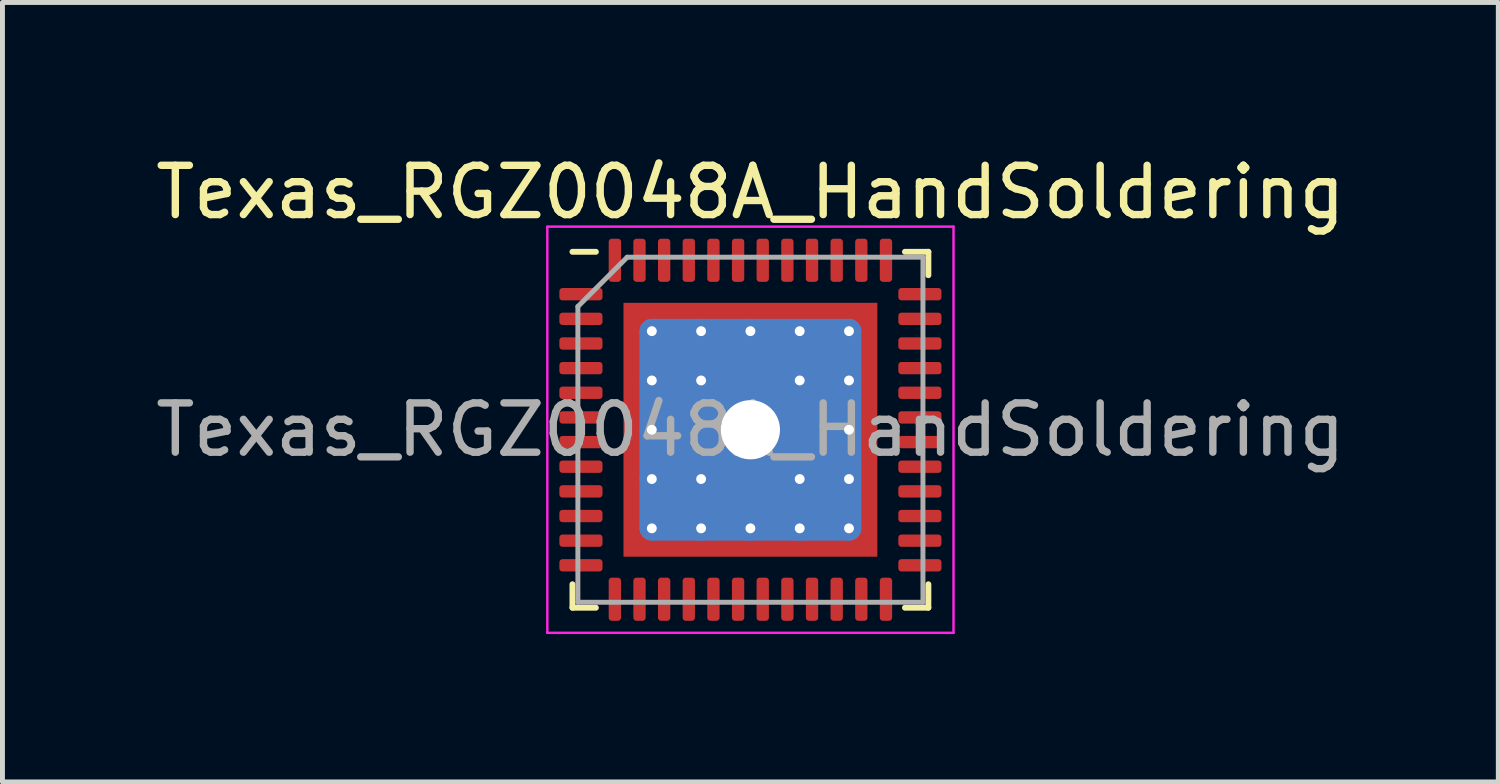
<source format=kicad_pcb>
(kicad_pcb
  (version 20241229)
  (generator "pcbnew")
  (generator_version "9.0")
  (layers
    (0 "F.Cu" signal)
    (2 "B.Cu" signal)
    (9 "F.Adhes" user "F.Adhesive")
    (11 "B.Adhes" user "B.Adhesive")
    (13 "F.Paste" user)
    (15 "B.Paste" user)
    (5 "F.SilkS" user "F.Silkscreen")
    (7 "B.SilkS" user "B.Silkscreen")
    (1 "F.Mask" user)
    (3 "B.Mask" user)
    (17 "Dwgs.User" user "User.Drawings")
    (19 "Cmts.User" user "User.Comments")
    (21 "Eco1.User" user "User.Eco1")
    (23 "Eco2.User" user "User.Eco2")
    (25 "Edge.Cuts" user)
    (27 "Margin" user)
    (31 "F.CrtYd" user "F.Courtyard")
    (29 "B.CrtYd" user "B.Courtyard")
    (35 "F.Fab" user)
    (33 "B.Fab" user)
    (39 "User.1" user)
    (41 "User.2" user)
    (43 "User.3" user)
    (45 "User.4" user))
  (footprint "Texas_RGZ0048A_HandSoldering"
    (layer "F.Cu")
    (at 12.173 5.668)
    (property "Reference" "Texas_RGZ0048A_HandSoldering" (at 0 -4.82 0) (layer "F.SilkS") (effects (font (size 1 1) (thickness 0.15))))
    (attr smd)
    (fp_line (start -3.61 3.61) (end -3.61 3.135) (stroke (width 0.12) (type solid)) (layer "F.SilkS"))
    (fp_line (start -3.135 -3.61) (end -3.61 -3.61) (stroke (width 0.12) (type solid)) (layer "F.SilkS"))
    (fp_line (start -3.135 3.61) (end -3.61 3.61) (stroke (width 0.12) (type solid)) (layer "F.SilkS"))
    (fp_line (start 3.135 -3.61) (end 3.61 -3.61) (stroke (width 0.12) (type solid)) (layer "F.SilkS"))
    (fp_line (start 3.135 3.61) (end 3.61 3.61) (stroke (width 0.12) (type solid)) (layer "F.SilkS"))
    (fp_line (start 3.61 -3.61) (end 3.61 -3.135) (stroke (width 0.12) (type solid)) (layer "F.SilkS"))
    (fp_line (start 3.61 3.61) (end 3.61 3.135) (stroke (width 0.12) (type solid)) (layer "F.SilkS"))
    (fp_line (start -4.12 -4.12) (end -4.12 4.12) (stroke (width 0.05) (type solid)) (layer "F.CrtYd"))
    (fp_line (start -4.12 4.12) (end 4.12 4.12) (stroke (width 0.05) (type solid)) (layer "F.CrtYd"))
    (fp_line (start 4.12 -4.12) (end -4.12 -4.12) (stroke (width 0.05) (type solid)) (layer "F.CrtYd"))
    (fp_line (start 4.12 4.12) (end 4.12 -4.12) (stroke (width 0.05) (type solid)) (layer "F.CrtYd"))
    (fp_line (start -3.5 -2.5) (end -2.5 -3.5) (stroke (width 0.1) (type solid)) (layer "F.Fab"))
    (fp_line (start -3.5 3.5) (end -3.5 -2.5) (stroke (width 0.1) (type solid)) (layer "F.Fab"))
    (fp_line (start -2.5 -3.5) (end 3.5 -3.5) (stroke (width 0.1) (type solid)) (layer "F.Fab"))
    (fp_line (start 3.5 -3.5) (end 3.5 3.5) (stroke (width 0.1) (type solid)) (layer "F.Fab"))
    (fp_line (start 3.5 3.5) (end -3.5 3.5) (stroke (width 0.1) (type solid)) (layer "F.Fab"))
    (fp_text user "${REFERENCE}" (at 0 0 0) (layer "F.Fab") (effects (font (size 1 1) (thickness 0.15))))
    (pad "" smd custom (at -2.288 -2.288) (size 0.342 0.342) (layers "F.Paste") (options (anchor circle)) (primitives (gr_poly (pts (xy -0.116 -0.116) (xy 0.116 -0.116) (xy 0.116 0.012) (xy 0.012 0.116) (xy -0.116 0.116)) (width 0.232) (fill yes))))
    (pad "" smd custom (at -2.288 -1.5) (size 0.371 0.371) (layers "F.Paste") (options (anchor circle)) (primitives (gr_poly (pts (xy -0.14 -0.311) (xy 0.063 -0.311) (xy 0.14 -0.235) (xy 0.14 0.235) (xy 0.063 0.311) (xy -0.14 0.311)) (width 0.184) (fill yes))))
    (pad "" smd custom (at -2.288 -0.5) (size 0.371 0.371) (layers "F.Paste") (options (anchor circle)) (primitives (gr_poly (pts (xy -0.14 -0.311) (xy 0.063 -0.311) (xy 0.14 -0.235) (xy 0.14 0.235) (xy 0.063 0.311) (xy -0.14 0.311)) (width 0.184) (fill yes))))
    (pad "" smd custom (at -2.288 0.5) (size 0.371 0.371) (layers "F.Paste") (options (anchor circle)) (primitives (gr_poly (pts (xy -0.14 -0.311) (xy 0.063 -0.311) (xy 0.14 -0.235) (xy 0.14 0.235) (xy 0.063 0.311) (xy -0.14 0.311)) (width 0.184) (fill yes))))
    (pad "" smd custom (at -2.288 1.5) (size 0.371 0.371) (layers "F.Paste") (options (anchor circle)) (primitives (gr_poly (pts (xy -0.14 -0.311) (xy 0.063 -0.311) (xy 0.14 -0.235) (xy 0.14 0.235) (xy 0.063 0.311) (xy -0.14 0.311)) (width 0.184) (fill yes))))
    (pad "" smd custom (at -2.288 2.288) (size 0.342 0.342) (layers "F.Paste") (options (anchor circle)) (primitives (gr_poly (pts (xy -0.116 -0.116) (xy 0.012 -0.116) (xy 0.116 -0.012) (xy 0.116 0.116) (xy -0.116 0.116)) (width 0.232) (fill yes))))
    (pad "" smd custom (at -1.5 -2.288) (size 0.371 0.371) (layers "F.Paste") (options (anchor circle)) (primitives (gr_poly (pts (xy -0.311 -0.14) (xy 0.311 -0.14) (xy 0.311 0.063) (xy 0.235 0.14) (xy -0.235 0.14) (xy -0.311 0.063)) (width 0.184) (fill yes))))
    (pad "" smd roundrect (at -1.5 -1.5) (size 0.806 0.806) (layers "F.Paste") (roundrect_rratio 0.25))
    (pad "" smd roundrect (at -1.5 -0.5) (size 0.806 0.806) (layers "F.Paste") (roundrect_rratio 0.25))
    (pad "" smd roundrect (at -1.5 0.5) (size 0.806 0.806) (layers "F.Paste") (roundrect_rratio 0.25))
    (pad "" smd roundrect (at -1.5 1.5) (size 0.806 0.806) (layers "F.Paste") (roundrect_rratio 0.25))
    (pad "" smd custom (at -1.5 2.288) (size 0.371 0.371) (layers "F.Paste") (options (anchor circle)) (primitives (gr_poly (pts (xy -0.311 -0.063) (xy -0.235 -0.14) (xy 0.235 -0.14) (xy 0.311 -0.063) (xy 0.311 0.14) (xy -0.311 0.14)) (width 0.184) (fill yes))))
    (pad "" smd custom (at -0.5 -2.288) (size 0.371 0.371) (layers "F.Paste") (options (anchor circle)) (primitives (gr_poly (pts (xy -0.311 -0.14) (xy 0.311 -0.14) (xy 0.311 0.063) (xy 0.235 0.14) (xy -0.235 0.14) (xy -0.311 0.063)) (width 0.184) (fill yes))))
    (pad "" smd roundrect (at -0.5 -1.5) (size 0.806 0.806) (layers "F.Paste") (roundrect_rratio 0.25))
    (pad "" smd roundrect (at -0.5 -0.5) (size 0.806 0.806) (layers "F.Paste") (roundrect_rratio 0.25))
    (pad "" smd roundrect (at -0.5 0.5) (size 0.806 0.806) (layers "F.Paste") (roundrect_rratio 0.25))
    (pad "" smd roundrect (at -0.5 1.5) (size 0.806 0.806) (layers "F.Paste") (roundrect_rratio 0.25))
    (pad "" smd custom (at -0.5 2.288) (size 0.371 0.371) (layers "F.Paste") (options (anchor circle)) (primitives (gr_poly (pts (xy -0.311 -0.063) (xy -0.235 -0.14) (xy 0.235 -0.14) (xy 0.311 -0.063) (xy 0.311 0.14) (xy -0.311 0.14)) (width 0.184) (fill yes))))
    (pad "" smd custom (at 0.5 -2.288) (size 0.371 0.371) (layers "F.Paste") (options (anchor circle)) (primitives (gr_poly (pts (xy -0.311 -0.14) (xy 0.311 -0.14) (xy 0.311 0.063) (xy 0.235 0.14) (xy -0.235 0.14) (xy -0.311 0.063)) (width 0.184) (fill yes))))
    (pad "" smd roundrect (at 0.5 -1.5) (size 0.806 0.806) (layers "F.Paste") (roundrect_rratio 0.25))
    (pad "" smd roundrect (at 0.5 -0.5) (size 0.806 0.806) (layers "F.Paste") (roundrect_rratio 0.25))
    (pad "" smd roundrect (at 0.5 0.5) (size 0.806 0.806) (layers "F.Paste") (roundrect_rratio 0.25))
    (pad "" smd roundrect (at 0.5 1.5) (size 0.806 0.806) (layers "F.Paste") (roundrect_rratio 0.25))
    (pad "" smd custom (at 0.5 2.288) (size 0.371 0.371) (layers "F.Paste") (options (anchor circle)) (primitives (gr_poly (pts (xy -0.311 -0.063) (xy -0.235 -0.14) (xy 0.235 -0.14) (xy 0.311 -0.063) (xy 0.311 0.14) (xy -0.311 0.14)) (width 0.184) (fill yes))))
    (pad "" smd custom (at 1.5 -2.288) (size 0.371 0.371) (layers "F.Paste") (options (anchor circle)) (primitives (gr_poly (pts (xy -0.311 -0.14) (xy 0.311 -0.14) (xy 0.311 0.063) (xy 0.235 0.14) (xy -0.235 0.14) (xy -0.311 0.063)) (width 0.184) (fill yes))))
    (pad "" smd roundrect (at 1.5 -1.5) (size 0.806 0.806) (layers "F.Paste") (roundrect_rratio 0.25))
    (pad "" smd roundrect (at 1.5 -0.5) (size 0.806 0.806) (layers "F.Paste") (roundrect_rratio 0.25))
    (pad "" smd roundrect (at 1.5 0.5) (size 0.806 0.806) (layers "F.Paste") (roundrect_rratio 0.25))
    (pad "" smd roundrect (at 1.5 1.5) (size 0.806 0.806) (layers "F.Paste") (roundrect_rratio 0.25))
    (pad "" smd custom (at 1.5 2.288) (size 0.371 0.371) (layers "F.Paste") (options (anchor circle)) (primitives (gr_poly (pts (xy -0.311 -0.063) (xy -0.235 -0.14) (xy 0.235 -0.14) (xy 0.311 -0.063) (xy 0.311 0.14) (xy -0.311 0.14)) (width 0.184) (fill yes))))
    (pad "" smd custom (at 2.288 -2.288) (size 0.342 0.342) (layers "F.Paste") (options (anchor circle)) (primitives (gr_poly (pts (xy -0.116 -0.116) (xy 0.116 -0.116) (xy 0.116 0.116) (xy -0.012 0.116) (xy -0.116 0.012)) (width 0.232) (fill yes))))
    (pad "" smd custom (at 2.288 -1.5) (size 0.371 0.371) (layers "F.Paste") (options (anchor circle)) (primitives (gr_poly (pts (xy -0.14 -0.235) (xy -0.063 -0.311) (xy 0.14 -0.311) (xy 0.14 0.311) (xy -0.063 0.311) (xy -0.14 0.235)) (width 0.184) (fill yes))))
    (pad "" smd custom (at 2.288 -0.5) (size 0.371 0.371) (layers "F.Paste") (options (anchor circle)) (primitives (gr_poly (pts (xy -0.14 -0.235) (xy -0.063 -0.311) (xy 0.14 -0.311) (xy 0.14 0.311) (xy -0.063 0.311) (xy -0.14 0.235)) (width 0.184) (fill yes))))
    (pad "" smd custom (at 2.288 0.5) (size 0.371 0.371) (layers "F.Paste") (options (anchor circle)) (primitives (gr_poly (pts (xy -0.14 -0.235) (xy -0.063 -0.311) (xy 0.14 -0.311) (xy 0.14 0.311) (xy -0.063 0.311) (xy -0.14 0.235)) (width 0.184) (fill yes))))
    (pad "" smd custom (at 2.288 1.5) (size 0.371 0.371) (layers "F.Paste") (options (anchor circle)) (primitives (gr_poly (pts (xy -0.14 -0.235) (xy -0.063 -0.311) (xy 0.14 -0.311) (xy 0.14 0.311) (xy -0.063 0.311) (xy -0.14 0.235)) (width 0.184) (fill yes))))
    (pad "" smd custom (at 2.288 2.288) (size 0.342 0.342) (layers "F.Paste") (options (anchor circle)) (primitives (gr_poly (pts (xy -0.116 -0.012) (xy -0.012 -0.116) (xy 0.116 -0.116) (xy 0.116 0.116) (xy -0.116 0.116)) (width 0.232) (fill yes))))
    (pad "1" smd roundrect (at -3.438 -2.75) (size 0.875 0.25) (layers "F.Cu" "F.Mask" "F.Paste") (roundrect_rratio 0.25))
    (pad "2" smd roundrect (at -3.438 -2.25) (size 0.875 0.25) (layers "F.Cu" "F.Mask" "F.Paste") (roundrect_rratio 0.25))
    (pad "3" smd roundrect (at -3.438 -1.75) (size 0.875 0.25) (layers "F.Cu" "F.Mask" "F.Paste") (roundrect_rratio 0.25))
    (pad "4" smd roundrect (at -3.438 -1.25) (size 0.875 0.25) (layers "F.Cu" "F.Mask" "F.Paste") (roundrect_rratio 0.25))
    (pad "5" smd roundrect (at -3.438 -0.75) (size 0.875 0.25) (layers "F.Cu" "F.Mask" "F.Paste") (roundrect_rratio 0.25))
    (pad "6" smd roundrect (at -3.438 -0.25) (size 0.875 0.25) (layers "F.Cu" "F.Mask" "F.Paste") (roundrect_rratio 0.25))
    (pad "7" smd roundrect (at -3.438 0.25) (size 0.875 0.25) (layers "F.Cu" "F.Mask" "F.Paste") (roundrect_rratio 0.25))
    (pad "8" smd roundrect (at -3.438 0.75) (size 0.875 0.25) (layers "F.Cu" "F.Mask" "F.Paste") (roundrect_rratio 0.25))
    (pad "9" smd roundrect (at -3.438 1.25) (size 0.875 0.25) (layers "F.Cu" "F.Mask" "F.Paste") (roundrect_rratio 0.25))
    (pad "10" smd roundrect (at -3.438 1.75) (size 0.875 0.25) (layers "F.Cu" "F.Mask" "F.Paste") (roundrect_rratio 0.25))
    (pad "11" smd roundrect (at -3.438 2.25) (size 0.875 0.25) (layers "F.Cu" "F.Mask" "F.Paste") (roundrect_rratio 0.25))
    (pad "12" smd roundrect (at -3.438 2.75) (size 0.875 0.25) (layers "F.Cu" "F.Mask" "F.Paste") (roundrect_rratio 0.25))
    (pad "13" smd roundrect (at -2.75 3.438) (size 0.25 0.875) (layers "F.Cu" "F.Mask" "F.Paste") (roundrect_rratio 0.25))
    (pad "14" smd roundrect (at -2.25 3.438) (size 0.25 0.875) (layers "F.Cu" "F.Mask" "F.Paste") (roundrect_rratio 0.25))
    (pad "15" smd roundrect (at -1.75 3.438) (size 0.25 0.875) (layers "F.Cu" "F.Mask" "F.Paste") (roundrect_rratio 0.25))
    (pad "16" smd roundrect (at -1.25 3.438) (size 0.25 0.875) (layers "F.Cu" "F.Mask" "F.Paste") (roundrect_rratio 0.25))
    (pad "17" smd roundrect (at -0.75 3.438) (size 0.25 0.875) (layers "F.Cu" "F.Mask" "F.Paste") (roundrect_rratio 0.25))
    (pad "18" smd roundrect (at -0.25 3.438) (size 0.25 0.875) (layers "F.Cu" "F.Mask" "F.Paste") (roundrect_rratio 0.25))
    (pad "19" smd roundrect (at 0.25 3.438) (size 0.25 0.875) (layers "F.Cu" "F.Mask" "F.Paste") (roundrect_rratio 0.25))
    (pad "20" smd roundrect (at 0.75 3.438) (size 0.25 0.875) (layers "F.Cu" "F.Mask" "F.Paste") (roundrect_rratio 0.25))
    (pad "21" smd roundrect (at 1.25 3.438) (size 0.25 0.875) (layers "F.Cu" "F.Mask" "F.Paste") (roundrect_rratio 0.25))
    (pad "22" smd roundrect (at 1.75 3.438) (size 0.25 0.875) (layers "F.Cu" "F.Mask" "F.Paste") (roundrect_rratio 0.25))
    (pad "23" smd roundrect (at 2.25 3.438) (size 0.25 0.875) (layers "F.Cu" "F.Mask" "F.Paste") (roundrect_rratio 0.25))
    (pad "24" smd roundrect (at 2.75 3.438) (size 0.25 0.875) (layers "F.Cu" "F.Mask" "F.Paste") (roundrect_rratio 0.25))
    (pad "25" smd roundrect (at 3.438 2.75) (size 0.875 0.25) (layers "F.Cu" "F.Mask" "F.Paste") (roundrect_rratio 0.25))
    (pad "26" smd roundrect (at 3.438 2.25) (size 0.875 0.25) (layers "F.Cu" "F.Mask" "F.Paste") (roundrect_rratio 0.25))
    (pad "27" smd roundrect (at 3.438 1.75) (size 0.875 0.25) (layers "F.Cu" "F.Mask" "F.Paste") (roundrect_rratio 0.25))
    (pad "28" smd roundrect (at 3.438 1.25) (size 0.875 0.25) (layers "F.Cu" "F.Mask" "F.Paste") (roundrect_rratio 0.25))
    (pad "29" smd roundrect (at 3.438 0.75) (size 0.875 0.25) (layers "F.Cu" "F.Mask" "F.Paste") (roundrect_rratio 0.25))
    (pad "30" smd roundrect (at 3.438 0.25) (size 0.875 0.25) (layers "F.Cu" "F.Mask" "F.Paste") (roundrect_rratio 0.25))
    (pad "31" smd roundrect (at 3.438 -0.25) (size 0.875 0.25) (layers "F.Cu" "F.Mask" "F.Paste") (roundrect_rratio 0.25))
    (pad "32" smd roundrect (at 3.438 -0.75) (size 0.875 0.25) (layers "F.Cu" "F.Mask" "F.Paste") (roundrect_rratio 0.25))
    (pad "33" smd roundrect (at 3.438 -1.25) (size 0.875 0.25) (layers "F.Cu" "F.Mask" "F.Paste") (roundrect_rratio 0.25))
    (pad "34" smd roundrect (at 3.438 -1.75) (size 0.875 0.25) (layers "F.Cu" "F.Mask" "F.Paste") (roundrect_rratio 0.25))
    (pad "35" smd roundrect (at 3.438 -2.25) (size 0.875 0.25) (layers "F.Cu" "F.Mask" "F.Paste") (roundrect_rratio 0.25))
    (pad "36" smd roundrect (at 3.438 -2.75) (size 0.875 0.25) (layers "F.Cu" "F.Mask" "F.Paste") (roundrect_rratio 0.25))
    (pad "37" smd roundrect (at 2.75 -3.438) (size 0.25 0.875) (layers "F.Cu" "F.Mask" "F.Paste") (roundrect_rratio 0.25))
    (pad "38" smd roundrect (at 2.25 -3.438) (size 0.25 0.875) (layers "F.Cu" "F.Mask" "F.Paste") (roundrect_rratio 0.25))
    (pad "39" smd roundrect (at 1.75 -3.438) (size 0.25 0.875) (layers "F.Cu" "F.Mask" "F.Paste") (roundrect_rratio 0.25))
    (pad "40" smd roundrect (at 1.25 -3.438) (size 0.25 0.875) (layers "F.Cu" "F.Mask" "F.Paste") (roundrect_rratio 0.25))
    (pad "41" smd roundrect (at 0.75 -3.438) (size 0.25 0.875) (layers "F.Cu" "F.Mask" "F.Paste") (roundrect_rratio 0.25))
    (pad "42" smd roundrect (at 0.25 -3.438) (size 0.25 0.875) (layers "F.Cu" "F.Mask" "F.Paste") (roundrect_rratio 0.25))
    (pad "43" smd roundrect (at -0.25 -3.438) (size 0.25 0.875) (layers "F.Cu" "F.Mask" "F.Paste") (roundrect_rratio 0.25))
    (pad "44" smd roundrect (at -0.75 -3.438) (size 0.25 0.875) (layers "F.Cu" "F.Mask" "F.Paste") (roundrect_rratio 0.25))
    (pad "45" smd roundrect (at -1.25 -3.438) (size 0.25 0.875) (layers "F.Cu" "F.Mask" "F.Paste") (roundrect_rratio 0.25))
    (pad "46" smd roundrect (at -1.75 -3.438) (size 0.25 0.875) (layers "F.Cu" "F.Mask" "F.Paste") (roundrect_rratio 0.25))
    (pad "47" smd roundrect (at -2.25 -3.438) (size 0.25 0.875) (layers "F.Cu" "F.Mask" "F.Paste") (roundrect_rratio 0.25))
    (pad "48" smd roundrect (at -2.75 -3.438) (size 0.25 0.875) (layers "F.Cu" "F.Mask" "F.Paste") (roundrect_rratio 0.25))
    (pad "49" thru_hole circle (at -2 -2) (size 0.5 0.5) (drill 0.2) (layers "*.Cu"))
    (pad "49" thru_hole circle (at -2 -1) (size 0.5 0.5) (drill 0.2) (layers "*.Cu"))
    (pad "49" thru_hole circle (at -2 0) (size 0.5 0.5) (drill 0.2) (layers "*.Cu"))
    (pad "49" thru_hole circle (at -2 1) (size 0.5 0.5) (drill 0.2) (layers "*.Cu"))
    (pad "49" thru_hole circle (at -2 2) (size 0.5 0.5) (drill 0.2) (layers "*.Cu"))
    (pad "49" thru_hole circle (at -1 -2) (size 0.5 0.5) (drill 0.2) (layers "*.Cu"))
    (pad "49" thru_hole circle (at -1 -1) (size 0.5 0.5) (drill 0.2) (layers "*.Cu"))
    (pad "49" thru_hole circle (at -1 1) (size 0.5 0.5) (drill 0.2) (layers "*.Cu"))
    (pad "49" thru_hole circle (at -1 2) (size 0.5 0.5) (drill 0.2) (layers "*.Cu"))
    (pad "49" thru_hole circle (at 0 -2) (size 0.5 0.5) (drill 0.2) (layers "*.Cu"))
    (pad "49" thru_hole circle (at 0 0) (size 1.5 1.5) (drill 1.2) (layers "*.Cu"))
    (pad "49" smd roundrect (at 0 0) (size 4.5 4.5) (layers "B.Cu") (roundrect_rratio 0.056))
    (pad "49" smd rect (at 0 0) (size 5.15 5.15) (layers "F.Cu" "F.Mask"))
    (pad "49" thru_hole circle (at 0 2) (size 0.5 0.5) (drill 0.2) (layers "*.Cu"))
    (pad "49" thru_hole circle (at 1 -2) (size 0.5 0.5) (drill 0.2) (layers "*.Cu"))
    (pad "49" thru_hole circle (at 1 -1) (size 0.5 0.5) (drill 0.2) (layers "*.Cu"))
    (pad "49" thru_hole circle (at 1 1) (size 0.5 0.5) (drill 0.2) (layers "*.Cu"))
    (pad "49" thru_hole circle (at 1 2) (size 0.5 0.5) (drill 0.2) (layers "*.Cu"))
    (pad "49" thru_hole circle (at 2 -2) (size 0.5 0.5) (drill 0.2) (layers "*.Cu"))
    (pad "49" thru_hole circle (at 2 -1) (size 0.5 0.5) (drill 0.2) (layers "*.Cu"))
    (pad "49" thru_hole circle (at 2 0) (size 0.5 0.5) (drill 0.2) (layers "*.Cu"))
    (pad "49" thru_hole circle (at 2 1) (size 0.5 0.5) (drill 0.2) (layers "*.Cu"))
    (pad "49" thru_hole circle (at 2 2) (size 0.5 0.5) (drill 0.2) (layers "*.Cu")))
  (gr_rect
    (start -3 -3)
    (end 27.345 12.813)
    (stroke (width 0.1) (type default))
    (fill no)
    (layer "Edge.Cuts")))
</source>
